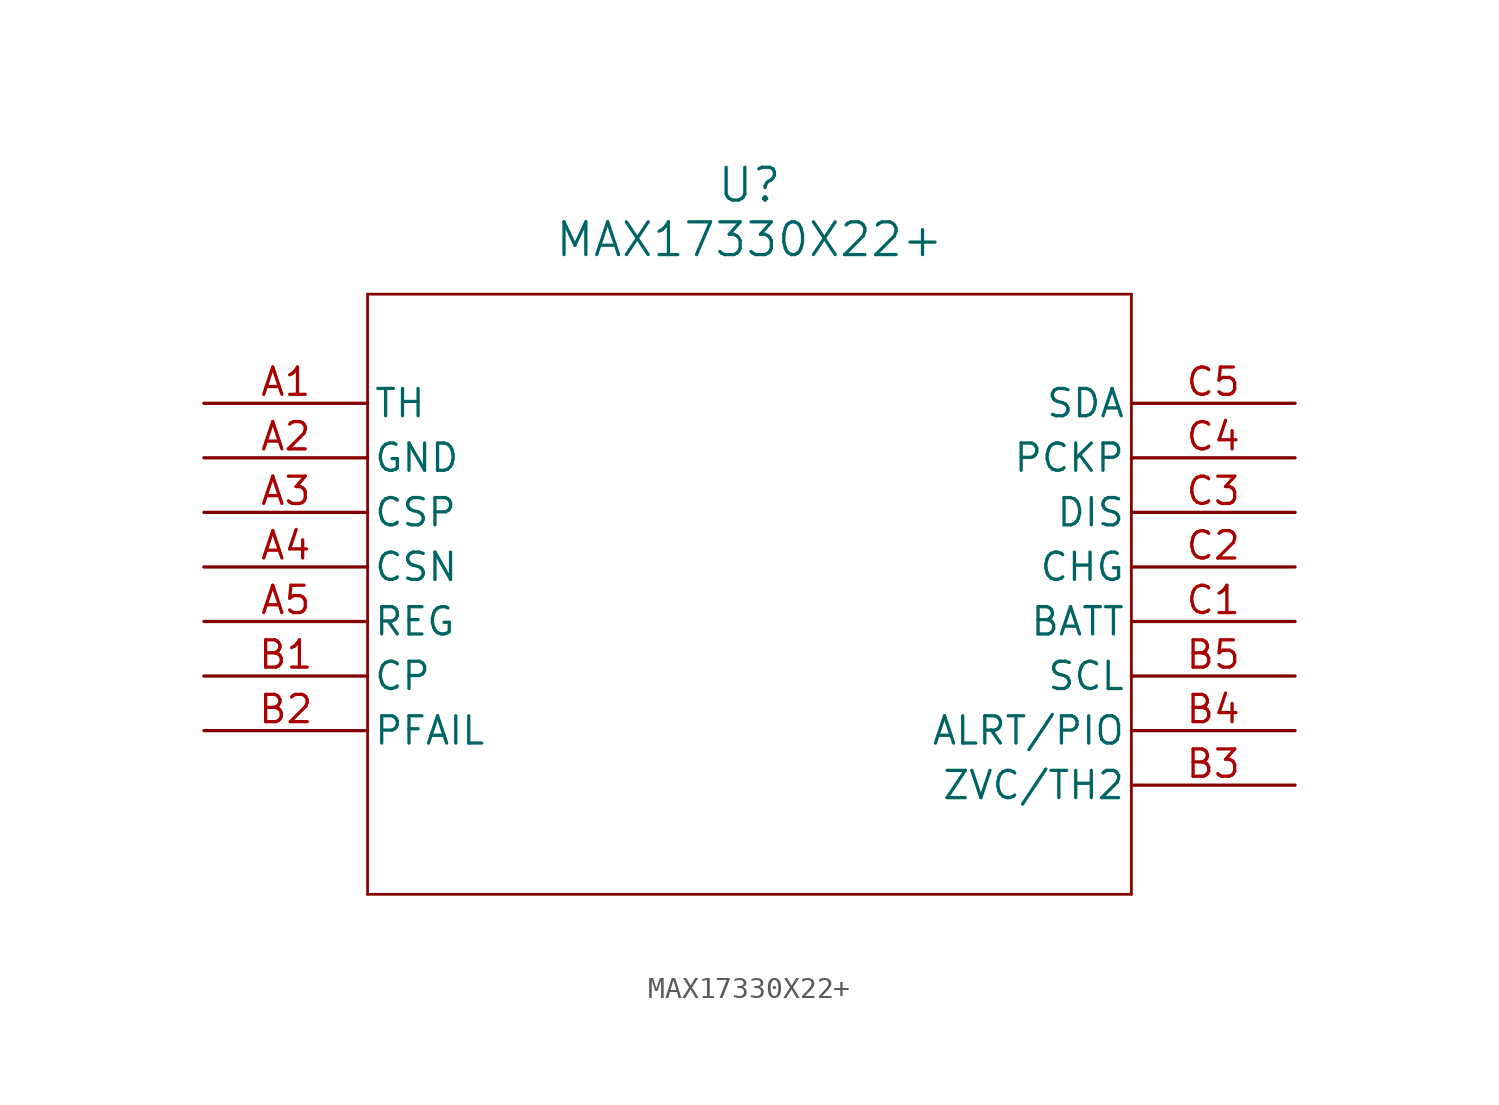
<source format=kicad_sym>
(kicad_symbol_lib
  (version 20211014)
  (generator kicad_symbol_editor)
  (symbol "MAX17330X22+"
    (pin_names
      (offset 0.254))
    (property "Reference" "U"
      (at 25.4 10.16 0)
      (effects (font (size 1.524 1.524))))
    (property "Value" "MAX17330X22+"
      (at 25.4 7.62 0)
      (effects (font (size 1.524 1.524))))
    (symbol "MAX17330X22+_0_1"
      (polyline (pts (xy 7.62 5.08) (xy 7.62 -22.86)) (stroke (width 0.127) (type default) (color 0 0 0 0)) (fill (type none)))
      (polyline (pts (xy 7.62 -22.86) (xy 43.18 -22.86)) (stroke (width 0.127) (type default) (color 0 0 0 0)) (fill (type none)))
      (polyline (pts (xy 43.18 -22.86) (xy 43.18 5.08)) (stroke (width 0.127) (type default) (color 0 0 0 0)) (fill (type none)))
      (polyline (pts (xy 43.18 5.08) (xy 7.62 5.08)) (stroke (width 0.127) (type default) (color 0 0 0 0)) (fill (type none)))
      (pin unspecified line (at 0 0 0) (length 7.62) (name "TH" (effects (font (size 1.27 1.27)))) (number "A1" (effects (font (size 1.27 1.27)))))
      (pin power_out line (at 0 -2.54 0) (length 7.62) (name "GND" (effects (font (size 1.27 1.27)))) (number "A2" (effects (font (size 1.27 1.27)))))
      (pin input line (at 0 -5.08 0) (length 7.62) (name "CSP" (effects (font (size 1.27 1.27)))) (number "A3" (effects (font (size 1.27 1.27)))))
      (pin input line (at 0 -7.62 0) (length 7.62) (name "CSN" (effects (font (size 1.27 1.27)))) (number "A4" (effects (font (size 1.27 1.27)))))
      (pin power_in line (at 0 -10.16 0) (length 7.62) (name "REG" (effects (font (size 1.27 1.27)))) (number "A5" (effects (font (size 1.27 1.27)))))
      (pin output line (at 0 -12.7 0) (length 7.62) (name "CP" (effects (font (size 1.27 1.27)))) (number "B1" (effects (font (size 1.27 1.27)))))
      (pin unspecified line (at 0 -15.24 0) (length 7.62) (name "PFAIL" (effects (font (size 1.27 1.27)))) (number "B2" (effects (font (size 1.27 1.27)))))
      (pin input line (at 50.8 -17.78 180) (length 7.62) (name "ZVC/TH2" (effects (font (size 1.27 1.27)))) (number "B3" (effects (font (size 1.27 1.27)))))
      (pin output line (at 50.8 -15.24 180) (length 7.62) (name "ALRT/PIO" (effects (font (size 1.27 1.27)))) (number "B4" (effects (font (size 1.27 1.27)))))
      (pin input line (at 50.8 -12.7 180) (length 7.62) (name "SCL" (effects (font (size 1.27 1.27)))) (number "B5" (effects (font (size 1.27 1.27)))))
      (pin power_in line (at 50.8 -10.16 180) (length 7.62) (name "BATT" (effects (font (size 1.27 1.27)))) (number "C1" (effects (font (size 1.27 1.27)))))
      (pin unspecified line (at 50.8 -7.62 180) (length 7.62) (name "CHG" (effects (font (size 1.27 1.27)))) (number "C2" (effects (font (size 1.27 1.27)))))
      (pin unspecified line (at 50.8 -5.08 180) (length 7.62) (name "DIS" (effects (font (size 1.27 1.27)))) (number "C3" (effects (font (size 1.27 1.27)))))
      (pin unspecified line (at 50.8 -2.54 180) (length 7.62) (name "PCKP" (effects (font (size 1.27 1.27)))) (number "C4" (effects (font (size 1.27 1.27)))))
      (pin bidirectional line (at 50.8 0 180) (length 7.62) (name "SDA" (effects (font (size 1.27 1.27)))) (number "C5" (effects (font (size 1.27 1.27))))))))
</source>
